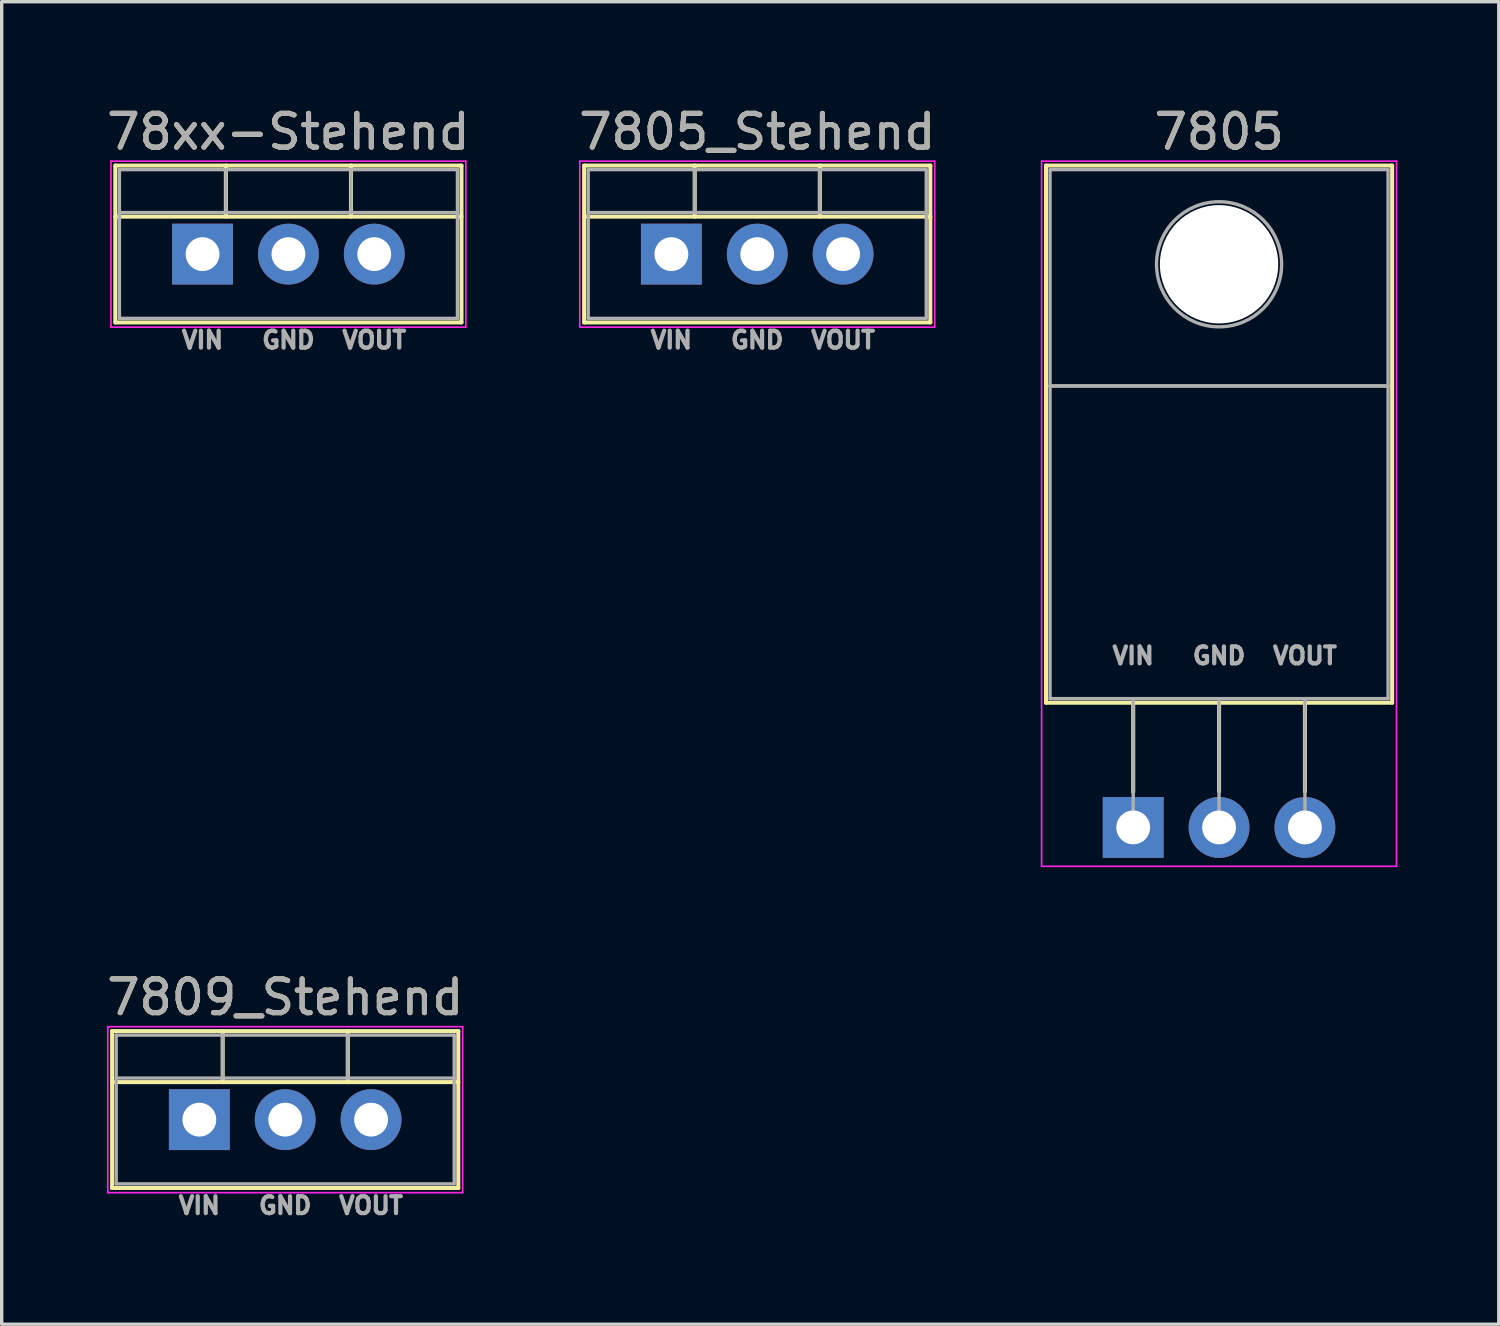
<source format=kicad_pcb>
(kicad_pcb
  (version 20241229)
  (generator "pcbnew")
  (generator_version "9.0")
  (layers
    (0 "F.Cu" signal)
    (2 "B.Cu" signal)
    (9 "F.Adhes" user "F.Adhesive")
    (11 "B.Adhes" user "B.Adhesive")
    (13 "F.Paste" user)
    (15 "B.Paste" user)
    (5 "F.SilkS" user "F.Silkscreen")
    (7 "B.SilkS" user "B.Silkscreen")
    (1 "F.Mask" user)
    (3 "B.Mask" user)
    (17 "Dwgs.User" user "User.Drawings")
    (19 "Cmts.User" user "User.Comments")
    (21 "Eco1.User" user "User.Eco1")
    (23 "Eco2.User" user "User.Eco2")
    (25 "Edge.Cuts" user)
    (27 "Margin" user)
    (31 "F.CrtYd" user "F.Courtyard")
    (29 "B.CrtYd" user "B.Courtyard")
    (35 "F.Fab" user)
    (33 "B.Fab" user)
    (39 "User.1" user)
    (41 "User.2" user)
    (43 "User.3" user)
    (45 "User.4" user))
  (footprint "7809_Stehend"
    (layer "F.Cu")
    (at 2.847 30.072)
    (property "Reference" "7809_Stehend" (at 2.54 -3.62 0) (layer "F.SilkS") (effects (font (size 1 1) (thickness 0.15))))
    (attr through_hole)
    (fp_line (start -2.58 -2.62) (end -2.58 2.021) (stroke (width 0.12) (type solid)) (layer "F.SilkS"))
    (fp_line (start -2.58 -2.62) (end 7.66 -2.62) (stroke (width 0.12) (type solid)) (layer "F.SilkS"))
    (fp_line (start -2.58 -1.11) (end 7.66 -1.11) (stroke (width 0.12) (type solid)) (layer "F.SilkS"))
    (fp_line (start -2.58 2.021) (end 7.66 2.021) (stroke (width 0.12) (type solid)) (layer "F.SilkS"))
    (fp_line (start 0.69 -2.62) (end 0.69 -1.11) (stroke (width 0.12) (type solid)) (layer "F.SilkS"))
    (fp_line (start 4.391 -2.62) (end 4.391 -1.11) (stroke (width 0.12) (type solid)) (layer "F.SilkS"))
    (fp_line (start 7.66 -2.62) (end 7.66 2.021) (stroke (width 0.12) (type solid)) (layer "F.SilkS"))
    (fp_line (start -2.71 -2.75) (end -2.71 2.16) (stroke (width 0.05) (type solid)) (layer "F.CrtYd"))
    (fp_line (start -2.71 2.16) (end 7.79 2.16) (stroke (width 0.05) (type solid)) (layer "F.CrtYd"))
    (fp_line (start 7.79 -2.75) (end -2.71 -2.75) (stroke (width 0.05) (type solid)) (layer "F.CrtYd"))
    (fp_line (start 7.79 2.16) (end 7.79 -2.75) (stroke (width 0.05) (type solid)) (layer "F.CrtYd"))
    (fp_line (start -2.46 -2.5) (end -2.46 1.9) (stroke (width 0.1) (type solid)) (layer "F.Fab"))
    (fp_line (start -2.46 -1.23) (end 7.54 -1.23) (stroke (width 0.1) (type solid)) (layer "F.Fab"))
    (fp_line (start -2.46 1.9) (end 7.54 1.9) (stroke (width 0.1) (type solid)) (layer "F.Fab"))
    (fp_line (start 0.69 -2.5) (end 0.69 -1.23) (stroke (width 0.1) (type solid)) (layer "F.Fab"))
    (fp_line (start 4.39 -2.5) (end 4.39 -1.23) (stroke (width 0.1) (type solid)) (layer "F.Fab"))
    (fp_line (start 7.54 -2.5) (end -2.46 -2.5) (stroke (width 0.1) (type solid)) (layer "F.Fab"))
    (fp_line (start 7.54 1.9) (end 7.54 -2.5) (stroke (width 0.1) (type solid)) (layer "F.Fab"))
    (fp_text user "VOUT" (at 5.08 2.54 0) (layer "F.Fab") (effects (font (size 0.5 0.5) (thickness 0.125))))
    (fp_text user "VIN" (at 0 2.54 0) (layer "F.Fab") (effects (font (size 0.5 0.5) (thickness 0.125))))
    (fp_text user "GND" (at 2.54 2.54 0) (layer "F.Fab") (effects (font (size 0.5 0.5) (thickness 0.125))))
    (fp_text user "${REFERENCE}" (at 2.54 -3.62 0) (layer "F.Fab") (effects (font (size 1 1) (thickness 0.15))))
    (pad "1" thru_hole rect (at 0 0) (size 1.8 1.8) (drill 1) (layers "*.Cu" "*.Mask"))
    (pad "2" thru_hole oval (at 2.54 0) (size 1.8 1.8) (drill 1) (layers "*.Cu" "*.Mask"))
    (pad "3" thru_hole oval (at 5.08 0) (size 1.8 1.8) (drill 1) (layers "*.Cu" "*.Mask")))
  (footprint "78xx-Stehend"
    (layer "F.Cu")
    (at 2.942 4.468)
    (property "Reference" "78xx-Stehend" (at 2.54 -3.62 0) (layer "F.SilkS") (effects (font (size 1 1) (thickness 0.15))))
    (attr through_hole)
    (fp_line (start -2.58 -2.62) (end -2.58 2.021) (stroke (width 0.12) (type solid)) (layer "F.SilkS"))
    (fp_line (start -2.58 -2.62) (end 7.66 -2.62) (stroke (width 0.12) (type solid)) (layer "F.SilkS"))
    (fp_line (start -2.58 -1.11) (end 7.66 -1.11) (stroke (width 0.12) (type solid)) (layer "F.SilkS"))
    (fp_line (start -2.58 2.021) (end 7.66 2.021) (stroke (width 0.12) (type solid)) (layer "F.SilkS"))
    (fp_line (start 0.69 -2.62) (end 0.69 -1.11) (stroke (width 0.12) (type solid)) (layer "F.SilkS"))
    (fp_line (start 4.391 -2.62) (end 4.391 -1.11) (stroke (width 0.12) (type solid)) (layer "F.SilkS"))
    (fp_line (start 7.66 -2.62) (end 7.66 2.021) (stroke (width 0.12) (type solid)) (layer "F.SilkS"))
    (fp_line (start -2.71 -2.75) (end -2.71 2.16) (stroke (width 0.05) (type solid)) (layer "F.CrtYd"))
    (fp_line (start -2.71 2.16) (end 7.79 2.16) (stroke (width 0.05) (type solid)) (layer "F.CrtYd"))
    (fp_line (start 7.79 -2.75) (end -2.71 -2.75) (stroke (width 0.05) (type solid)) (layer "F.CrtYd"))
    (fp_line (start 7.79 2.16) (end 7.79 -2.75) (stroke (width 0.05) (type solid)) (layer "F.CrtYd"))
    (fp_line (start -2.46 -2.5) (end -2.46 1.9) (stroke (width 0.1) (type solid)) (layer "F.Fab"))
    (fp_line (start -2.46 -1.23) (end 7.54 -1.23) (stroke (width 0.1) (type solid)) (layer "F.Fab"))
    (fp_line (start -2.46 1.9) (end 7.54 1.9) (stroke (width 0.1) (type solid)) (layer "F.Fab"))
    (fp_line (start 0.69 -2.5) (end 0.69 -1.23) (stroke (width 0.1) (type solid)) (layer "F.Fab"))
    (fp_line (start 4.39 -2.5) (end 4.39 -1.23) (stroke (width 0.1) (type solid)) (layer "F.Fab"))
    (fp_line (start 7.54 -2.5) (end -2.46 -2.5) (stroke (width 0.1) (type solid)) (layer "F.Fab"))
    (fp_line (start 7.54 1.9) (end 7.54 -2.5) (stroke (width 0.1) (type solid)) (layer "F.Fab"))
    (fp_text user "VIN" (at 0 2.54 0) (layer "F.Fab") (effects (font (size 0.5 0.5) (thickness 0.125))))
    (fp_text user "${REFERENCE}" (at 2.54 -3.62 0) (layer "F.Fab") (effects (font (size 1 1) (thickness 0.15))))
    (fp_text user "VOUT" (at 5.08 2.54 0) (layer "F.Fab") (effects (font (size 0.5 0.5) (thickness 0.125))))
    (fp_text user "GND" (at 2.54 2.54 0) (layer "F.Fab") (effects (font (size 0.5 0.5) (thickness 0.125))))
    (pad "1" thru_hole rect (at 0 0) (size 1.8 1.8) (drill 1) (layers "*.Cu" "*.Mask"))
    (pad "2" thru_hole oval (at 2.54 0) (size 1.8 1.8) (drill 1) (layers "*.Cu" "*.Mask"))
    (pad "3" thru_hole oval (at 5.08 0) (size 1.8 1.8) (drill 1) (layers "*.Cu" "*.Mask")))
  (footprint "7805"
    (layer "F.Cu")
    (at 30.473 21.428)
    (property "Reference" "7805" (at 2.54 -20.58 0) (layer "F.SilkS") (effects (font (size 1 1) (thickness 0.15))))
    (attr through_hole)
    (fp_line (start -2.58 -19.58) (end -2.58 -3.69) (stroke (width 0.12) (type solid)) (layer "F.SilkS"))
    (fp_line (start -2.58 -19.58) (end 7.66 -19.58) (stroke (width 0.12) (type solid)) (layer "F.SilkS"))
    (fp_line (start -2.58 -3.69) (end 7.66 -3.69) (stroke (width 0.12) (type solid)) (layer "F.SilkS"))
    (fp_line (start 0 -3.69) (end 0 -1.05) (stroke (width 0.12) (type solid)) (layer "F.SilkS"))
    (fp_line (start 2.54 -3.69) (end 2.54 -1.066) (stroke (width 0.12) (type solid)) (layer "F.SilkS"))
    (fp_line (start 5.08 -3.69) (end 5.08 -1.066) (stroke (width 0.12) (type solid)) (layer "F.SilkS"))
    (fp_line (start 7.66 -19.58) (end 7.66 -3.69) (stroke (width 0.12) (type solid)) (layer "F.SilkS"))
    (fp_line (start -2.71 -19.71) (end -2.71 1.15) (stroke (width 0.05) (type solid)) (layer "F.CrtYd"))
    (fp_line (start -2.71 1.15) (end 7.79 1.15) (stroke (width 0.05) (type solid)) (layer "F.CrtYd"))
    (fp_line (start 7.79 -19.71) (end -2.71 -19.71) (stroke (width 0.05) (type solid)) (layer "F.CrtYd"))
    (fp_line (start 7.79 1.15) (end 7.79 -19.71) (stroke (width 0.05) (type solid)) (layer "F.CrtYd"))
    (fp_line (start -2.46 -19.46) (end 7.54 -19.46) (stroke (width 0.1) (type solid)) (layer "F.Fab"))
    (fp_line (start -2.46 -13.06) (end -2.46 -19.46) (stroke (width 0.1) (type solid)) (layer "F.Fab"))
    (fp_line (start -2.46 -13.06) (end 7.54 -13.06) (stroke (width 0.1) (type solid)) (layer "F.Fab"))
    (fp_line (start -2.46 -3.81) (end -2.46 -13.06) (stroke (width 0.1) (type solid)) (layer "F.Fab"))
    (fp_line (start 0 -3.81) (end 0 0) (stroke (width 0.1) (type solid)) (layer "F.Fab"))
    (fp_line (start 2.54 -3.81) (end 2.54 0) (stroke (width 0.1) (type solid)) (layer "F.Fab"))
    (fp_line (start 5.08 -3.81) (end 5.08 0) (stroke (width 0.1) (type solid)) (layer "F.Fab"))
    (fp_line (start 7.54 -19.46) (end 7.54 -13.06) (stroke (width 0.1) (type solid)) (layer "F.Fab"))
    (fp_line (start 7.54 -13.06) (end -2.46 -13.06) (stroke (width 0.1) (type solid)) (layer "F.Fab"))
    (fp_line (start 7.54 -13.06) (end 7.54 -3.81) (stroke (width 0.1) (type solid)) (layer "F.Fab"))
    (fp_line (start 7.54 -3.81) (end -2.46 -3.81) (stroke (width 0.1) (type solid)) (layer "F.Fab"))
    (fp_circle (center 2.54 -16.66) (end 4.39 -16.66) (stroke (width 0.1) (type solid)) (fill no) (layer "F.Fab"))
    (fp_text user "VOUT" (at 5.08 -5.08 0) (layer "F.Fab") (effects (font (size 0.5 0.5) (thickness 0.125))))
    (fp_text user "${REFERENCE}" (at 2.54 -20.58 0) (layer "F.Fab") (effects (font (size 1 1) (thickness 0.15))))
    (fp_text user "VIN" (at 0 -5.08 0) (layer "F.Fab") (effects (font (size 0.5 0.5) (thickness 0.125))))
    (fp_text user "GND" (at 2.54 -5.08 0) (layer "F.Fab") (effects (font (size 0.5 0.5) (thickness 0.125))))
    (pad "" np_thru_hole oval (at 2.54 -16.66) (size 3.5 3.5) (drill 3.5) (layers "*.Cu" "*.Mask"))
    (pad "1" thru_hole rect (at 0 0) (size 1.8 1.8) (drill 1) (layers "*.Cu" "*.Mask"))
    (pad "2" thru_hole oval (at 2.54 0) (size 1.8 1.8) (drill 1) (layers "*.Cu" "*.Mask"))
    (pad "3" thru_hole oval (at 5.08 0) (size 1.8 1.8) (drill 1) (layers "*.Cu" "*.Mask")))
  (footprint "7805_Stehend"
    (layer "F.Cu")
    (at 16.811 4.468)
    (property "Reference" "7805_Stehend" (at 2.54 -3.62 0) (layer "F.SilkS") (effects (font (size 1 1) (thickness 0.15))))
    (attr through_hole)
    (fp_line (start -2.58 -2.62) (end -2.58 2.021) (stroke (width 0.12) (type solid)) (layer "F.SilkS"))
    (fp_line (start -2.58 -2.62) (end 7.66 -2.62) (stroke (width 0.12) (type solid)) (layer "F.SilkS"))
    (fp_line (start -2.58 -1.11) (end 7.66 -1.11) (stroke (width 0.12) (type solid)) (layer "F.SilkS"))
    (fp_line (start -2.58 2.021) (end 7.66 2.021) (stroke (width 0.12) (type solid)) (layer "F.SilkS"))
    (fp_line (start 0.69 -2.62) (end 0.69 -1.11) (stroke (width 0.12) (type solid)) (layer "F.SilkS"))
    (fp_line (start 4.391 -2.62) (end 4.391 -1.11) (stroke (width 0.12) (type solid)) (layer "F.SilkS"))
    (fp_line (start 7.66 -2.62) (end 7.66 2.021) (stroke (width 0.12) (type solid)) (layer "F.SilkS"))
    (fp_line (start -2.71 -2.75) (end -2.71 2.16) (stroke (width 0.05) (type solid)) (layer "F.CrtYd"))
    (fp_line (start -2.71 2.16) (end 7.79 2.16) (stroke (width 0.05) (type solid)) (layer "F.CrtYd"))
    (fp_line (start 7.79 -2.75) (end -2.71 -2.75) (stroke (width 0.05) (type solid)) (layer "F.CrtYd"))
    (fp_line (start 7.79 2.16) (end 7.79 -2.75) (stroke (width 0.05) (type solid)) (layer "F.CrtYd"))
    (fp_line (start -2.46 -2.5) (end -2.46 1.9) (stroke (width 0.1) (type solid)) (layer "F.Fab"))
    (fp_line (start -2.46 -1.23) (end 7.54 -1.23) (stroke (width 0.1) (type solid)) (layer "F.Fab"))
    (fp_line (start -2.46 1.9) (end 7.54 1.9) (stroke (width 0.1) (type solid)) (layer "F.Fab"))
    (fp_line (start 0.69 -2.5) (end 0.69 -1.23) (stroke (width 0.1) (type solid)) (layer "F.Fab"))
    (fp_line (start 4.39 -2.5) (end 4.39 -1.23) (stroke (width 0.1) (type solid)) (layer "F.Fab"))
    (fp_line (start 7.54 -2.5) (end -2.46 -2.5) (stroke (width 0.1) (type solid)) (layer "F.Fab"))
    (fp_line (start 7.54 1.9) (end 7.54 -2.5) (stroke (width 0.1) (type solid)) (layer "F.Fab"))
    (fp_text user "VOUT" (at 5.08 2.54 0) (layer "F.Fab") (effects (font (size 0.5 0.5) (thickness 0.125))))
    (fp_text user "GND" (at 2.54 2.54 0) (layer "F.Fab") (effects (font (size 0.5 0.5) (thickness 0.125))))
    (fp_text user "VIN" (at 0 2.54 0) (layer "F.Fab") (effects (font (size 0.5 0.5) (thickness 0.125))))
    (fp_text user "${REFERENCE}" (at 2.54 -3.62 0) (layer "F.Fab") (effects (font (size 1 1) (thickness 0.15))))
    (pad "1" thru_hole rect (at 0 0) (size 1.8 1.8) (drill 1) (layers "*.Cu" "*.Mask"))
    (pad "2" thru_hole oval (at 2.54 0) (size 1.8 1.8) (drill 1) (layers "*.Cu" "*.Mask"))
    (pad "3" thru_hole oval (at 5.08 0) (size 1.8 1.8) (drill 1) (layers "*.Cu" "*.Mask")))
  (gr_rect
    (start -3 -3)
    (end 41.288 36.123)
    (stroke (width 0.1) (type default))
    (fill no)
    (layer "Edge.Cuts")))
</source>
